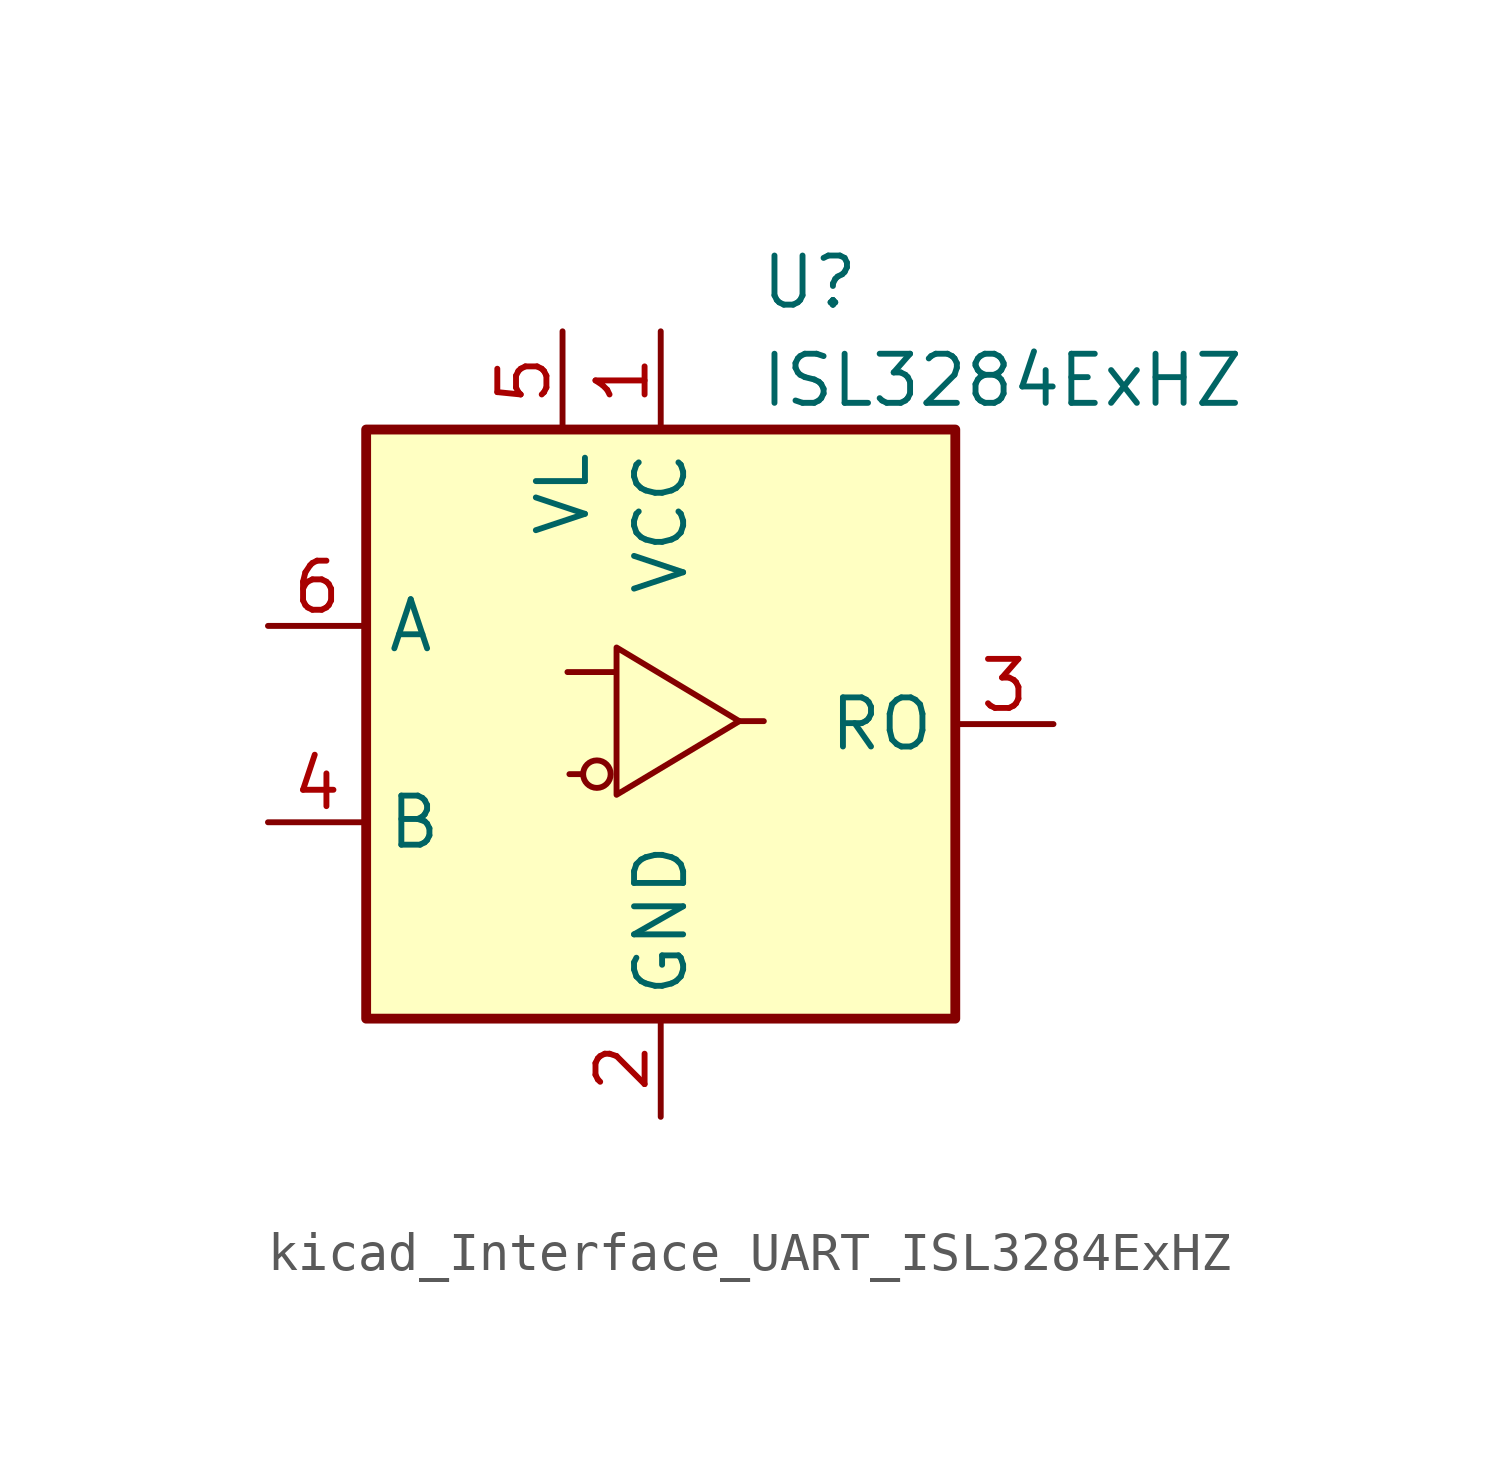
<source format=kicad_sym>
(kicad_symbol_lib
  (version 20220914)
  (generator kicad_symbol_editor)
  (symbol "kicad_Interface_UART_ISL3284ExHZ"
    (property "Reference" "U"
      (at 2.54 11.43 0)
      (effects (font (size 1.27 1.27)) (justify left)))
    (property "Value" "ISL3284ExHZ"
      (at 2.54 8.89 0)
      (effects (font (size 1.27 1.27)) (justify left)))
    (symbol "kicad_Interface_UART_ISL3284ExHZ_0_1"
      (rectangle (start 7.62 7.62) (end -7.62 -7.62) (stroke (width 0.254) (type default)) (fill (type background))))
    (symbol "kicad_Interface_UART_ISL3284ExHZ_1_1"
      (circle (center -1.651 -1.295) (radius 0.356) (stroke (width 0) (type default)) (fill (type none)))
      (polyline (pts (xy -2.057 -1.295) (xy -2.362 -1.295)) (stroke (width 0) (type default)) (fill (type none)))
      (polyline (pts (xy 2.032 0.076) (xy 2.667 0.076)) (stroke (width 0) (type default)) (fill (type none)))
      (polyline (pts (xy -1.143 1.981) (xy -1.143 -1.829) (xy 2.032 0.076) (xy -1.143 1.981) (xy -1.143 1.346) (xy -2.413 1.346)) (stroke (width 0) (type default)) (fill (type none)))
      (pin power_in line (at 0 10.16 270) (length 2.54) (name "VCC" (effects (font (size 1.27 1.27)))) (number "1" (effects (font (size 1.27 1.27)))))
      (pin power_in line (at 0 -10.16 90) (length 2.54) (name "GND" (effects (font (size 1.27 1.27)))) (number "2" (effects (font (size 1.27 1.27)))))
      (pin output line (at 10.16 0 180) (length 2.54) (name "RO" (effects (font (size 1.27 1.27)))) (number "3" (effects (font (size 1.27 1.27)))))
      (pin input line (at -10.16 -2.54 0) (length 2.54) (name "B" (effects (font (size 1.27 1.27)))) (number "4" (effects (font (size 1.27 1.27)))))
      (pin power_in line (at -2.54 10.16 270) (length 2.54) (name "VL" (effects (font (size 1.27 1.27)))) (number "5" (effects (font (size 1.27 1.27)))))
      (pin input line (at -10.16 2.54 0) (length 2.54) (name "A" (effects (font (size 1.27 1.27)))) (number "6" (effects (font (size 1.27 1.27))))))))
</source>
